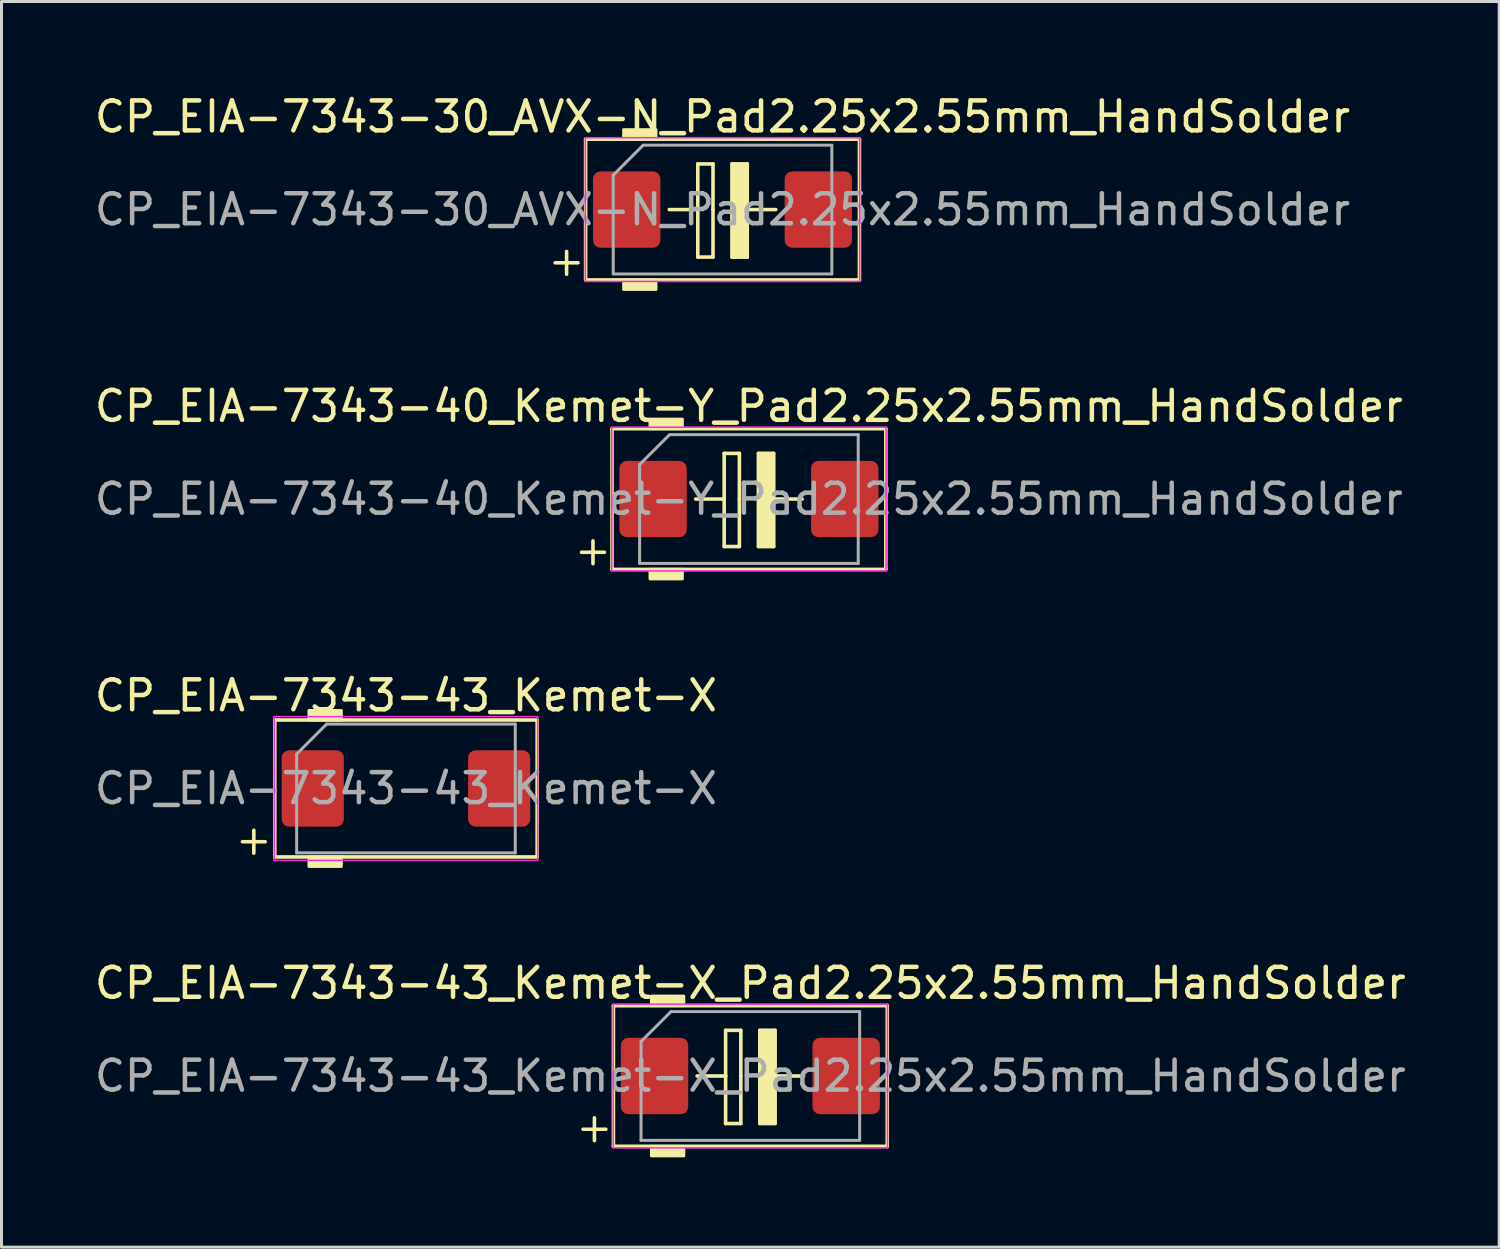
<source format=kicad_pcb>
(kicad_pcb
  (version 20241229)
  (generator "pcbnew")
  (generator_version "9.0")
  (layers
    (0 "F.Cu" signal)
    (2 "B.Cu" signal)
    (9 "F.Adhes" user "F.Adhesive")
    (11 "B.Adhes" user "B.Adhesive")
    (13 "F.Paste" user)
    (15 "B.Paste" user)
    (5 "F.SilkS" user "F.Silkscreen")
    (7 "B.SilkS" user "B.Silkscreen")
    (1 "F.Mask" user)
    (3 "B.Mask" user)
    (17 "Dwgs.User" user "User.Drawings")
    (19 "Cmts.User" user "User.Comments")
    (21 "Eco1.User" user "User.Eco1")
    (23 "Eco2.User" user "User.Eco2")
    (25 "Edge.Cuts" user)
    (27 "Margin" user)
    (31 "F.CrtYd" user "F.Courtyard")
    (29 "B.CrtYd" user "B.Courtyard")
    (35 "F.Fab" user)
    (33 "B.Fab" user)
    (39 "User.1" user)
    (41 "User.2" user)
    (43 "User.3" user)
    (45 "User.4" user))
  (footprint "CP_EIA-7343-43_Kemet-X_Pad2.25x2.55mm_HandSolder"
    (layer "F.Cu")
    (at 22.006 32.88)
    (property "Reference" "CP_EIA-7343-43_Kemet-X_Pad2.25x2.55mm_HandSolder" (at 0 -3.1 0) (layer "F.SilkS") (effects (font (size 1 1) (thickness 0.15))))
    (attr smd)
    (fp_line (start -5.588 1.778) (end -4.826 1.778) (stroke (width 0.12) (type solid)) (layer "F.SilkS"))
    (fp_line (start -5.207 1.397) (end -5.207 2.159) (stroke (width 0.12) (type solid)) (layer "F.SilkS"))
    (fp_line (start -4.572 -2.349) (end -4.572 2.349) (stroke (width 0.12) (type solid)) (layer "F.SilkS"))
    (fp_line (start -4.572 2.349) (end 4.572 2.349) (stroke (width 0.12) (type solid)) (layer "F.SilkS"))
    (fp_line (start -1.778 0) (end -0.826 0) (stroke (width 0.12) (type solid)) (layer "F.SilkS"))
    (fp_line (start -0.826 -1.524) (end -0.826 0) (stroke (width 0.12) (type solid)) (layer "F.SilkS"))
    (fp_line (start -0.826 1.587) (end -0.826 0) (stroke (width 0.12) (type solid)) (layer "F.SilkS"))
    (fp_line (start -0.826 1.587) (end -0.318 1.587) (stroke (width 0.12) (type solid)) (layer "F.SilkS"))
    (fp_line (start -0.318 -1.524) (end -0.826 -1.524) (stroke (width 0.12) (type solid)) (layer "F.SilkS"))
    (fp_line (start -0.318 -1.524) (end -0.318 0) (stroke (width 0.12) (type solid)) (layer "F.SilkS"))
    (fp_line (start -0.318 1.587) (end -0.318 0) (stroke (width 0.12) (type solid)) (layer "F.SilkS"))
    (fp_line (start 0.318 -1.524) (end 0.318 0) (stroke (width 0.12) (type solid)) (layer "F.SilkS"))
    (fp_line (start 0.318 1.587) (end 0.318 0) (stroke (width 0.12) (type solid)) (layer "F.SilkS"))
    (fp_line (start 0.318 1.587) (end 0.826 1.587) (stroke (width 0.12) (type solid)) (layer "F.SilkS"))
    (fp_line (start 0.826 -1.524) (end 0.318 -1.524) (stroke (width 0.12) (type solid)) (layer "F.SilkS"))
    (fp_line (start 0.826 -1.524) (end 0.826 0) (stroke (width 0.12) (type solid)) (layer "F.SilkS"))
    (fp_line (start 0.826 0) (end 1.778 0) (stroke (width 0.12) (type solid)) (layer "F.SilkS"))
    (fp_line (start 0.826 1.587) (end 0.826 0) (stroke (width 0.12) (type solid)) (layer "F.SilkS"))
    (fp_line (start 4.572 -2.349) (end -4.572 -2.349) (stroke (width 0.12) (type solid)) (layer "F.SilkS"))
    (fp_line (start 4.572 2.349) (end 4.572 -2.349) (stroke (width 0.12) (type solid)) (layer "F.SilkS"))
    (fp_poly (pts (xy -2.223 -2.349) (xy -3.302 -2.349) (xy -3.302 -2.667) (xy -2.223 -2.667)) (stroke (width 0.1) (type solid)) (fill yes) (layer "F.SilkS"))
    (fp_poly (pts (xy -2.223 2.667) (xy -3.302 2.667) (xy -3.302 2.349) (xy -2.223 2.349)) (stroke (width 0.1) (type solid)) (fill yes) (layer "F.SilkS"))
    (fp_poly (pts (xy 0.826 1.587) (xy 0.318 1.587) (xy 0.318 -1.524) (xy 0.826 -1.524)) (stroke (width 0.1) (type solid)) (fill yes) (layer "F.SilkS"))
    (fp_line (start -4.58 -2.4) (end 4.58 -2.4) (stroke (width 0.05) (type solid)) (layer "F.CrtYd"))
    (fp_line (start -4.58 2.4) (end -4.58 -2.4) (stroke (width 0.05) (type solid)) (layer "F.CrtYd"))
    (fp_line (start 4.58 -2.4) (end 4.58 2.4) (stroke (width 0.05) (type solid)) (layer "F.CrtYd"))
    (fp_line (start 4.58 2.4) (end -4.58 2.4) (stroke (width 0.05) (type solid)) (layer "F.CrtYd"))
    (fp_line (start -3.65 -1.15) (end -3.65 2.15) (stroke (width 0.1) (type solid)) (layer "F.Fab"))
    (fp_line (start -3.65 2.15) (end 3.65 2.15) (stroke (width 0.1) (type solid)) (layer "F.Fab"))
    (fp_line (start -2.65 -2.15) (end -3.65 -1.15) (stroke (width 0.1) (type solid)) (layer "F.Fab"))
    (fp_line (start 3.65 -2.15) (end -2.65 -2.15) (stroke (width 0.1) (type solid)) (layer "F.Fab"))
    (fp_line (start 3.65 2.15) (end 3.65 -2.15) (stroke (width 0.1) (type solid)) (layer "F.Fab"))
    (fp_text user "${REFERENCE}" (at 0 0 0) (layer "F.Fab") (effects (font (size 1 1) (thickness 0.15))))
    (pad "1" smd roundrect (at -3.2 0) (size 2.25 2.55) (layers "F.Cu" "F.Mask" "F.Paste") (roundrect_rratio 0.111))
    (pad "2" smd roundrect (at 3.2 0) (size 2.25 2.55) (layers "F.Cu" "F.Mask" "F.Paste") (roundrect_rratio 0.111)))
  (footprint "CP_EIA-7343-43_Kemet-X"
    (layer "F.Cu")
    (at 10.506 23.279)
    (property "Reference" "CP_EIA-7343-43_Kemet-X" (at 0 -3.1 0) (layer "F.SilkS") (effects (font (size 1 1) (thickness 0.15))))
    (attr smd)
    (fp_line (start -5.461 1.778) (end -4.699 1.778) (stroke (width 0.12) (type solid)) (layer "F.SilkS"))
    (fp_line (start -5.08 1.397) (end -5.08 2.159) (stroke (width 0.12) (type solid)) (layer "F.SilkS"))
    (fp_line (start -4.381 -2.286) (end -4.381 2.286) (stroke (width 0.12) (type solid)) (layer "F.SilkS"))
    (fp_line (start -4.381 2.286) (end 4.381 2.286) (stroke (width 0.12) (type solid)) (layer "F.SilkS"))
    (fp_line (start 4.381 -2.286) (end -4.381 -2.286) (stroke (width 0.12) (type solid)) (layer "F.SilkS"))
    (fp_line (start 4.381 2.286) (end 4.381 -2.286) (stroke (width 0.12) (type solid)) (layer "F.SilkS"))
    (fp_poly (pts (xy -2.159 -2.286) (xy -3.239 -2.286) (xy -3.239 -2.603) (xy -2.159 -2.603)) (stroke (width 0.1) (type solid)) (fill yes) (layer "F.SilkS"))
    (fp_poly (pts (xy -2.159 2.603) (xy -3.239 2.603) (xy -3.239 2.286) (xy -2.159 2.286)) (stroke (width 0.1) (type solid)) (fill yes) (layer "F.SilkS"))
    (fp_line (start -4.4 -2.4) (end 4.4 -2.4) (stroke (width 0.05) (type solid)) (layer "F.CrtYd"))
    (fp_line (start -4.4 2.4) (end -4.4 -2.4) (stroke (width 0.05) (type solid)) (layer "F.CrtYd"))
    (fp_line (start 4.4 -2.4) (end 4.4 2.4) (stroke (width 0.05) (type solid)) (layer "F.CrtYd"))
    (fp_line (start 4.4 2.4) (end -4.4 2.4) (stroke (width 0.05) (type solid)) (layer "F.CrtYd"))
    (fp_line (start -3.65 -1.15) (end -3.65 2.15) (stroke (width 0.1) (type solid)) (layer "F.Fab"))
    (fp_line (start -3.65 2.15) (end 3.65 2.15) (stroke (width 0.1) (type solid)) (layer "F.Fab"))
    (fp_line (start -2.65 -2.15) (end -3.65 -1.15) (stroke (width 0.1) (type solid)) (layer "F.Fab"))
    (fp_line (start 3.65 -2.15) (end -2.65 -2.15) (stroke (width 0.1) (type solid)) (layer "F.Fab"))
    (fp_line (start 3.65 2.15) (end 3.65 -2.15) (stroke (width 0.1) (type solid)) (layer "F.Fab"))
    (fp_text user "${REFERENCE}" (at 0 0 0) (layer "F.Fab") (effects (font (size 1 1) (thickness 0.15))))
    (pad "1" smd roundrect (at -3.112 0) (size 2.075 2.55) (layers "F.Cu" "F.Mask" "F.Paste") (roundrect_rratio 0.12))
    (pad "2" smd roundrect (at 3.112 0) (size 2.075 2.55) (layers "F.Cu" "F.Mask" "F.Paste") (roundrect_rratio 0.12)))
  (footprint "CP_EIA-7343-30_AVX-N_Pad2.25x2.55mm_HandSolder"
    (layer "F.Cu")
    (at 21.077 3.948)
    (property "Reference" "CP_EIA-7343-30_AVX-N_Pad2.25x2.55mm_HandSolder" (at 0 -3.1 0) (layer "F.SilkS") (effects (font (size 1 1) (thickness 0.15))))
    (attr smd)
    (fp_line (start -5.588 1.778) (end -4.826 1.778) (stroke (width 0.12) (type solid)) (layer "F.SilkS"))
    (fp_line (start -5.207 1.397) (end -5.207 2.159) (stroke (width 0.12) (type solid)) (layer "F.SilkS"))
    (fp_line (start -4.572 -2.349) (end -4.572 2.349) (stroke (width 0.12) (type solid)) (layer "F.SilkS"))
    (fp_line (start -4.572 2.349) (end 4.572 2.349) (stroke (width 0.12) (type solid)) (layer "F.SilkS"))
    (fp_line (start -1.778 0) (end -0.826 0) (stroke (width 0.12) (type solid)) (layer "F.SilkS"))
    (fp_line (start -0.826 -1.524) (end -0.826 0) (stroke (width 0.12) (type solid)) (layer "F.SilkS"))
    (fp_line (start -0.826 1.587) (end -0.826 0) (stroke (width 0.12) (type solid)) (layer "F.SilkS"))
    (fp_line (start -0.826 1.587) (end -0.318 1.587) (stroke (width 0.12) (type solid)) (layer "F.SilkS"))
    (fp_line (start -0.318 -1.524) (end -0.826 -1.524) (stroke (width 0.12) (type solid)) (layer "F.SilkS"))
    (fp_line (start -0.318 -1.524) (end -0.318 0) (stroke (width 0.12) (type solid)) (layer "F.SilkS"))
    (fp_line (start -0.318 1.587) (end -0.318 0) (stroke (width 0.12) (type solid)) (layer "F.SilkS"))
    (fp_line (start 0.318 -1.524) (end 0.318 0) (stroke (width 0.12) (type solid)) (layer "F.SilkS"))
    (fp_line (start 0.318 1.587) (end 0.318 0) (stroke (width 0.12) (type solid)) (layer "F.SilkS"))
    (fp_line (start 0.318 1.587) (end 0.826 1.587) (stroke (width 0.12) (type solid)) (layer "F.SilkS"))
    (fp_line (start 0.826 -1.524) (end 0.318 -1.524) (stroke (width 0.12) (type solid)) (layer "F.SilkS"))
    (fp_line (start 0.826 -1.524) (end 0.826 0) (stroke (width 0.12) (type solid)) (layer "F.SilkS"))
    (fp_line (start 0.826 0) (end 1.778 0) (stroke (width 0.12) (type solid)) (layer "F.SilkS"))
    (fp_line (start 0.826 1.587) (end 0.826 0) (stroke (width 0.12) (type solid)) (layer "F.SilkS"))
    (fp_line (start 4.572 -2.349) (end -4.572 -2.349) (stroke (width 0.12) (type solid)) (layer "F.SilkS"))
    (fp_line (start 4.572 2.349) (end 4.572 -2.349) (stroke (width 0.12) (type solid)) (layer "F.SilkS"))
    (fp_poly (pts (xy -2.223 -2.349) (xy -3.302 -2.349) (xy -3.302 -2.667) (xy -2.223 -2.667)) (stroke (width 0.1) (type solid)) (fill yes) (layer "F.SilkS"))
    (fp_poly (pts (xy -2.223 2.667) (xy -3.302 2.667) (xy -3.302 2.349) (xy -2.223 2.349)) (stroke (width 0.1) (type solid)) (fill yes) (layer "F.SilkS"))
    (fp_poly (pts (xy 0.826 1.587) (xy 0.318 1.587) (xy 0.318 -1.524) (xy 0.826 -1.524)) (stroke (width 0.1) (type solid)) (fill yes) (layer "F.SilkS"))
    (fp_line (start -4.58 -2.4) (end 4.58 -2.4) (stroke (width 0.05) (type solid)) (layer "F.CrtYd"))
    (fp_line (start -4.58 2.4) (end -4.58 -2.4) (stroke (width 0.05) (type solid)) (layer "F.CrtYd"))
    (fp_line (start 4.58 -2.4) (end 4.58 2.4) (stroke (width 0.05) (type solid)) (layer "F.CrtYd"))
    (fp_line (start 4.58 2.4) (end -4.58 2.4) (stroke (width 0.05) (type solid)) (layer "F.CrtYd"))
    (fp_line (start -3.65 -1.15) (end -3.65 2.15) (stroke (width 0.1) (type solid)) (layer "F.Fab"))
    (fp_line (start -3.65 2.15) (end 3.65 2.15) (stroke (width 0.1) (type solid)) (layer "F.Fab"))
    (fp_line (start -2.65 -2.15) (end -3.65 -1.15) (stroke (width 0.1) (type solid)) (layer "F.Fab"))
    (fp_line (start 3.65 -2.15) (end -2.65 -2.15) (stroke (width 0.1) (type solid)) (layer "F.Fab"))
    (fp_line (start 3.65 2.15) (end 3.65 -2.15) (stroke (width 0.1) (type solid)) (layer "F.Fab"))
    (fp_text user "${REFERENCE}" (at 0 0 0) (layer "F.Fab") (effects (font (size 1 1) (thickness 0.15))))
    (pad "1" smd roundrect (at -3.2 0) (size 2.25 2.55) (layers "F.Cu" "F.Mask" "F.Paste") (roundrect_rratio 0.111))
    (pad "2" smd roundrect (at 3.2 0) (size 2.25 2.55) (layers "F.Cu" "F.Mask" "F.Paste") (roundrect_rratio 0.111)))
  (footprint "CP_EIA-7343-40_Kemet-Y_Pad2.25x2.55mm_HandSolder"
    (layer "F.Cu")
    (at 21.958 13.614)
    (property "Reference" "CP_EIA-7343-40_Kemet-Y_Pad2.25x2.55mm_HandSolder" (at 0 -3.1 0) (layer "F.SilkS") (effects (font (size 1 1) (thickness 0.15))))
    (attr smd)
    (fp_line (start -5.588 1.778) (end -4.826 1.778) (stroke (width 0.12) (type solid)) (layer "F.SilkS"))
    (fp_line (start -5.207 1.397) (end -5.207 2.159) (stroke (width 0.12) (type solid)) (layer "F.SilkS"))
    (fp_line (start -4.572 -2.349) (end -4.572 2.349) (stroke (width 0.12) (type solid)) (layer "F.SilkS"))
    (fp_line (start -4.572 2.349) (end 4.572 2.349) (stroke (width 0.12) (type solid)) (layer "F.SilkS"))
    (fp_line (start -1.778 0) (end -0.826 0) (stroke (width 0.12) (type solid)) (layer "F.SilkS"))
    (fp_line (start -0.826 -1.524) (end -0.826 0) (stroke (width 0.12) (type solid)) (layer "F.SilkS"))
    (fp_line (start -0.826 1.587) (end -0.826 0) (stroke (width 0.12) (type solid)) (layer "F.SilkS"))
    (fp_line (start -0.826 1.587) (end -0.318 1.587) (stroke (width 0.12) (type solid)) (layer "F.SilkS"))
    (fp_line (start -0.318 -1.524) (end -0.826 -1.524) (stroke (width 0.12) (type solid)) (layer "F.SilkS"))
    (fp_line (start -0.318 -1.524) (end -0.318 0) (stroke (width 0.12) (type solid)) (layer "F.SilkS"))
    (fp_line (start -0.318 1.587) (end -0.318 0) (stroke (width 0.12) (type solid)) (layer "F.SilkS"))
    (fp_line (start 0.318 -1.524) (end 0.318 0) (stroke (width 0.12) (type solid)) (layer "F.SilkS"))
    (fp_line (start 0.318 1.587) (end 0.318 0) (stroke (width 0.12) (type solid)) (layer "F.SilkS"))
    (fp_line (start 0.318 1.587) (end 0.826 1.587) (stroke (width 0.12) (type solid)) (layer "F.SilkS"))
    (fp_line (start 0.826 -1.524) (end 0.318 -1.524) (stroke (width 0.12) (type solid)) (layer "F.SilkS"))
    (fp_line (start 0.826 -1.524) (end 0.826 0) (stroke (width 0.12) (type solid)) (layer "F.SilkS"))
    (fp_line (start 0.826 0) (end 1.778 0) (stroke (width 0.12) (type solid)) (layer "F.SilkS"))
    (fp_line (start 0.826 1.587) (end 0.826 0) (stroke (width 0.12) (type solid)) (layer "F.SilkS"))
    (fp_line (start 4.572 -2.349) (end -4.572 -2.349) (stroke (width 0.12) (type solid)) (layer "F.SilkS"))
    (fp_line (start 4.572 2.349) (end 4.572 -2.349) (stroke (width 0.12) (type solid)) (layer "F.SilkS"))
    (fp_poly (pts (xy -2.223 -2.349) (xy -3.302 -2.349) (xy -3.302 -2.667) (xy -2.223 -2.667)) (stroke (width 0.1) (type solid)) (fill yes) (layer "F.SilkS"))
    (fp_poly (pts (xy -2.223 2.667) (xy -3.302 2.667) (xy -3.302 2.349) (xy -2.223 2.349)) (stroke (width 0.1) (type solid)) (fill yes) (layer "F.SilkS"))
    (fp_poly (pts (xy 0.826 1.587) (xy 0.318 1.587) (xy 0.318 -1.524) (xy 0.826 -1.524)) (stroke (width 0.1) (type solid)) (fill yes) (layer "F.SilkS"))
    (fp_line (start -4.58 -2.4) (end 4.58 -2.4) (stroke (width 0.05) (type solid)) (layer "F.CrtYd"))
    (fp_line (start -4.58 2.4) (end -4.58 -2.4) (stroke (width 0.05) (type solid)) (layer "F.CrtYd"))
    (fp_line (start 4.58 -2.4) (end 4.58 2.4) (stroke (width 0.05) (type solid)) (layer "F.CrtYd"))
    (fp_line (start 4.58 2.4) (end -4.58 2.4) (stroke (width 0.05) (type solid)) (layer "F.CrtYd"))
    (fp_line (start -3.65 -1.15) (end -3.65 2.15) (stroke (width 0.1) (type solid)) (layer "F.Fab"))
    (fp_line (start -3.65 2.15) (end 3.65 2.15) (stroke (width 0.1) (type solid)) (layer "F.Fab"))
    (fp_line (start -2.65 -2.15) (end -3.65 -1.15) (stroke (width 0.1) (type solid)) (layer "F.Fab"))
    (fp_line (start 3.65 -2.15) (end -2.65 -2.15) (stroke (width 0.1) (type solid)) (layer "F.Fab"))
    (fp_line (start 3.65 2.15) (end 3.65 -2.15) (stroke (width 0.1) (type solid)) (layer "F.Fab"))
    (fp_text user "${REFERENCE}" (at 0 0 0) (layer "F.Fab") (effects (font (size 1 1) (thickness 0.15))))
    (pad "1" smd roundrect (at -3.2 0) (size 2.25 2.55) (layers "F.Cu" "F.Mask" "F.Paste") (roundrect_rratio 0.111))
    (pad "2" smd roundrect (at 3.2 0) (size 2.25 2.55) (layers "F.Cu" "F.Mask" "F.Paste") (roundrect_rratio 0.111)))
  (gr_rect
    (start -3 -3)
    (end 47.012 38.597)
    (stroke (width 0.1) (type default))
    (fill no)
    (layer "Edge.Cuts")))
</source>
